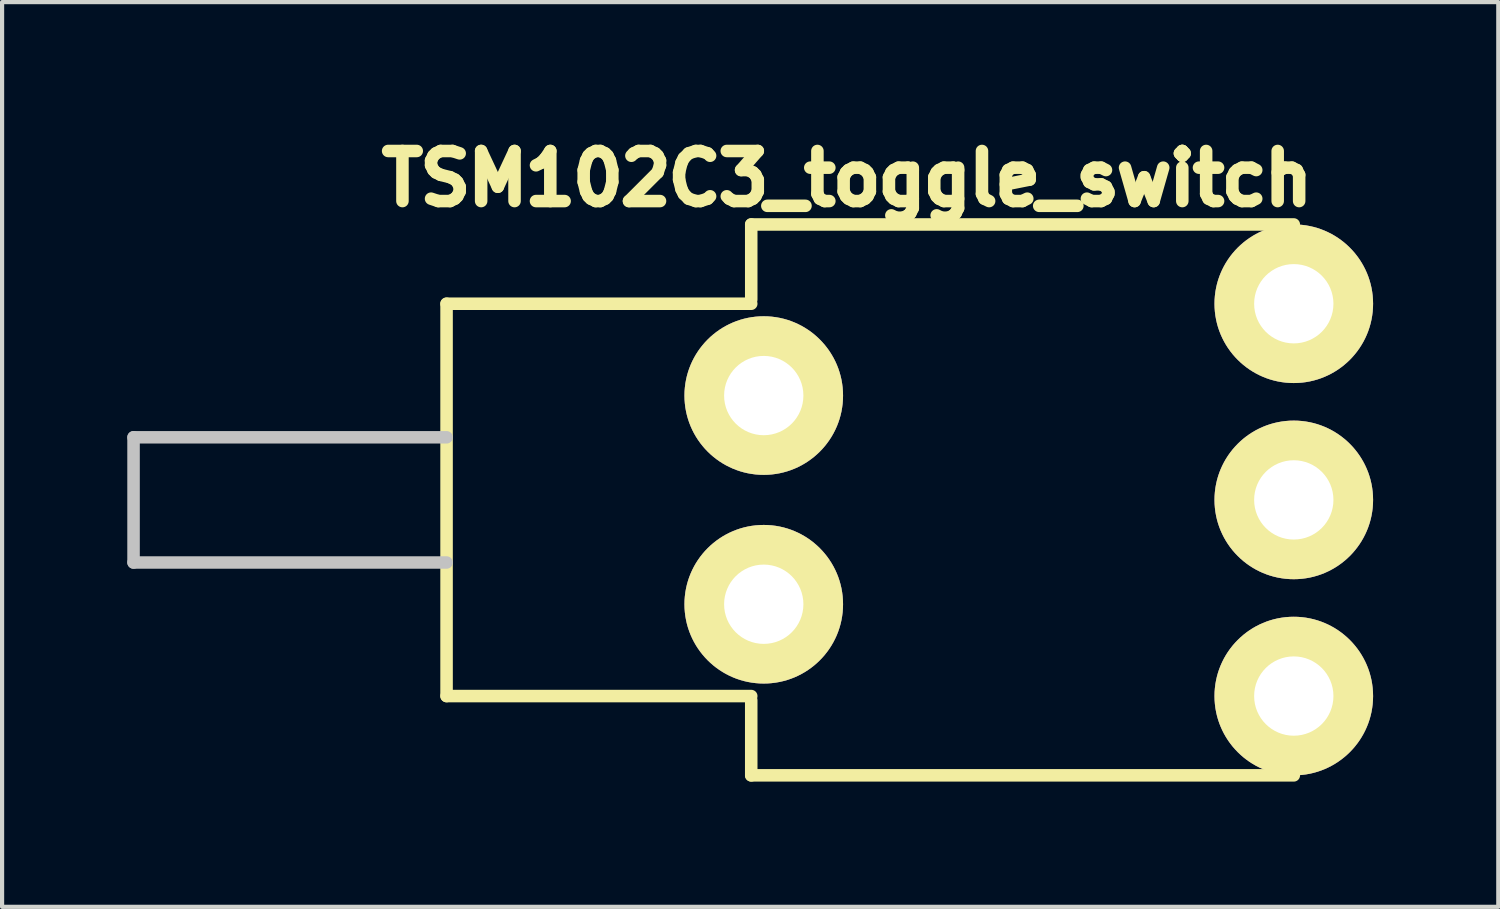
<source format=kicad_pcb>
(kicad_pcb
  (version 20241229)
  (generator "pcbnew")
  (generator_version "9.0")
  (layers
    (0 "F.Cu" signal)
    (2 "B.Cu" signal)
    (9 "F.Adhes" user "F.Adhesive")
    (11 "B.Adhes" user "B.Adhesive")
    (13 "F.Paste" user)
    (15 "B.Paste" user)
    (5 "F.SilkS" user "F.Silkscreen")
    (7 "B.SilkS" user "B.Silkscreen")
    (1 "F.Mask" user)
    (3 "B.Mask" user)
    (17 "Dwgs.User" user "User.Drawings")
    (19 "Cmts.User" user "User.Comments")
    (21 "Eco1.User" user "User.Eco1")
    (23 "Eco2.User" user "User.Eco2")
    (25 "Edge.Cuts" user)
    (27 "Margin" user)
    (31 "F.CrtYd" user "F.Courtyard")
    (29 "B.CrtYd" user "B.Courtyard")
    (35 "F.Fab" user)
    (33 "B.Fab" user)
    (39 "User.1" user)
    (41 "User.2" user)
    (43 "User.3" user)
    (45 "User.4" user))
  (footprint "TSM102C3_toggle_switch"
    (layer "F.Cu")
    (at 27.95 8.928)
    (property "Reference" "TSM102C3_toggle_switch" (at -10.7 -7.7 0) (layer "F.SilkS") (effects (font (size 1.2 1.2) (thickness 0.3))))
    (attr through_hole)
    (fp_line (start -20.3 -4.7) (end -20.3 4.7) (stroke (width 0.3) (type solid)) (layer "F.SilkS"))
    (fp_line (start -20.3 4.7) (end -13 4.7) (stroke (width 0.3) (type solid)) (layer "F.SilkS"))
    (fp_line (start -13 -6.6) (end -13 -4.8) (stroke (width 0.3) (type solid)) (layer "F.SilkS"))
    (fp_line (start -13 -4.7) (end -20.3 -4.7) (stroke (width 0.3) (type solid)) (layer "F.SilkS"))
    (fp_line (start -13 6.6) (end -13 4.8) (stroke (width 0.3) (type solid)) (layer "F.SilkS"))
    (fp_line (start 0 -6.6) (end -13 -6.6) (stroke (width 0.3) (type solid)) (layer "F.SilkS"))
    (fp_line (start 0 6.6) (end -13 6.6) (stroke (width 0.3) (type solid)) (layer "F.SilkS"))
    (fp_line (start -27.8 -1.5) (end -27.8 1.5) (stroke (width 0.3) (type solid)) (layer "Dwgs.User"))
    (fp_line (start -27.8 1.5) (end -20.3 1.5) (stroke (width 0.3) (type solid)) (layer "Dwgs.User"))
    (fp_line (start -20.3 -1.5) (end -27.8 -1.5) (stroke (width 0.3) (type solid)) (layer "Dwgs.User"))
    (pad "" thru_hole circle (at -12.7 -2.5) (size 3.8 3.8) (drill 1.9) (layers "*.Cu" "*.Mask" "F.SilkS"))
    (pad "" thru_hole circle (at -12.7 2.5) (size 3.8 3.8) (drill 1.9) (layers "*.Cu" "*.Mask" "F.SilkS"))
    (pad "1" thru_hole circle (at 0 -4.7) (size 3.8 3.8) (drill 1.9) (layers "*.Cu" "*.Mask" "F.SilkS"))
    (pad "2" thru_hole circle (at 0 0) (size 3.8 3.8) (drill 1.9) (layers "*.Cu" "*.Mask" "F.SilkS"))
    (pad "3" thru_hole circle (at 0 4.7) (size 3.8 3.8) (drill 1.9) (layers "*.Cu" "*.Mask" "F.SilkS")))
  (gr_rect
    (start -3 -3)
    (end 32.85 18.678)
    (stroke (width 0.1) (type default))
    (fill no)
    (layer "Edge.Cuts")))
</source>
